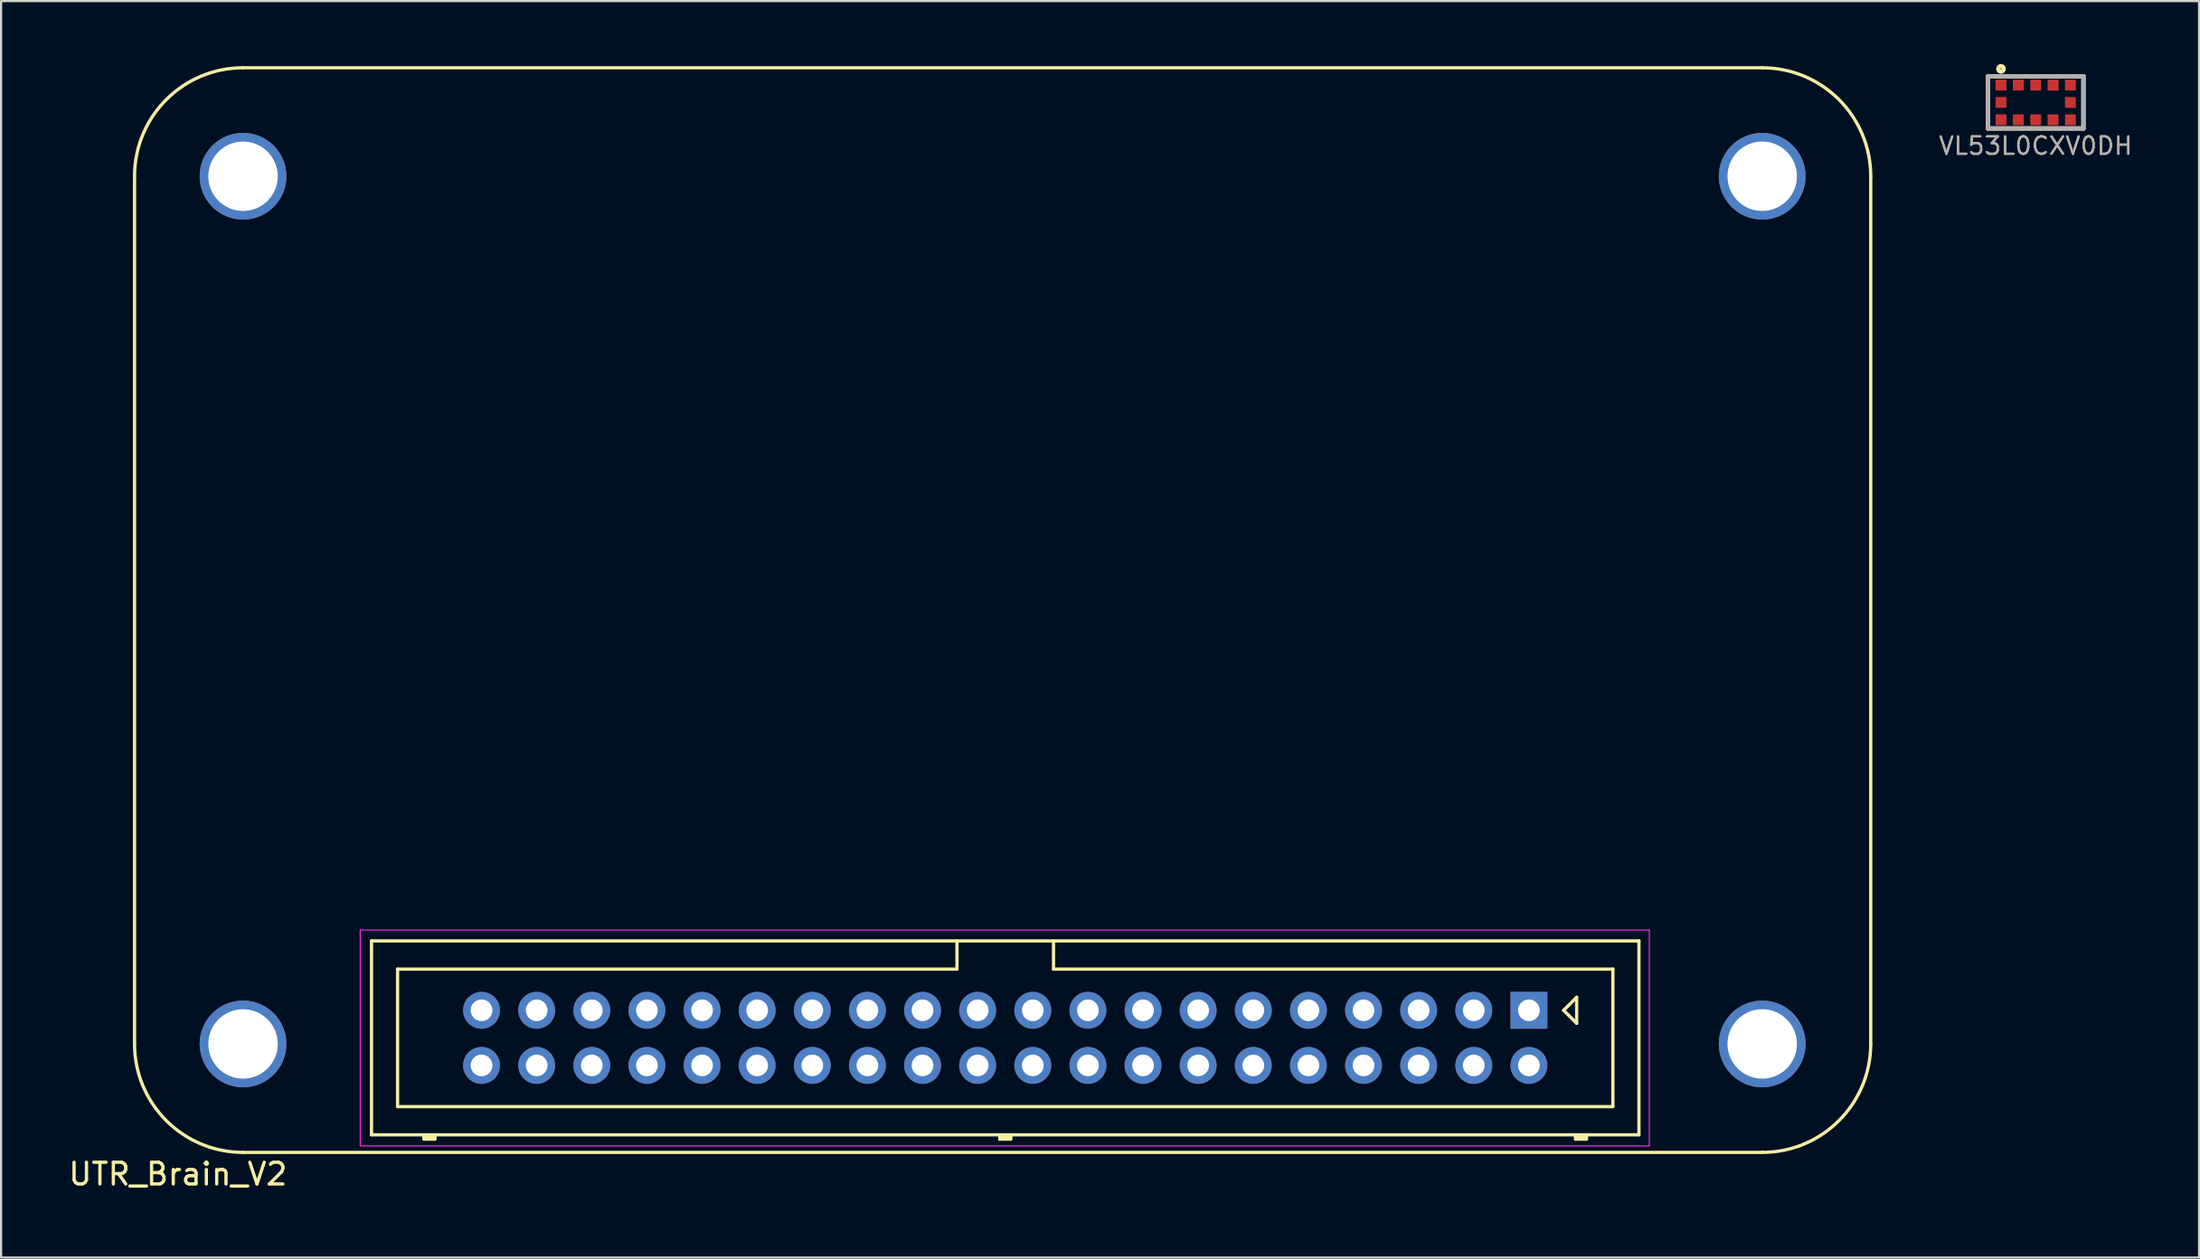
<source format=kicad_pcb>
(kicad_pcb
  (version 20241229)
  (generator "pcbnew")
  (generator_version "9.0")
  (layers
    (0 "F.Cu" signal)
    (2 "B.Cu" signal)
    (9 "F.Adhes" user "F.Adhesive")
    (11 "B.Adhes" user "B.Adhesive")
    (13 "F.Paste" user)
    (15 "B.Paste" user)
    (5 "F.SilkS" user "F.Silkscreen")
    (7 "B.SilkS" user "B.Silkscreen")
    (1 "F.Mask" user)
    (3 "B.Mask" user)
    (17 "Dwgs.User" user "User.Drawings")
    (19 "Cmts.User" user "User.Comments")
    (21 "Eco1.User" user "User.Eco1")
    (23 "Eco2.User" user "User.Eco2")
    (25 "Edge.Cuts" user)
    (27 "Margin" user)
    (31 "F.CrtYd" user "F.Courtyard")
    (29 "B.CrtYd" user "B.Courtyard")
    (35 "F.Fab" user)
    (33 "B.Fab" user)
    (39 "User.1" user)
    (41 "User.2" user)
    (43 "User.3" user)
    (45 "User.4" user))
  (footprint "VL53L0CXV0DH"
    (layer "F.Cu")
    (at 90.751 1.672)
    (property "Reference" "VL53L0CXV0DH" (at 0 2 0) (layer "F.SilkS") (effects (font (size 0.8 0.8) (thickness 0.1))))
    (attr smd)
    (fp_line (start -2.2 -1.2) (end 2.2 -1.2) (stroke (width 0.2) (type solid)) (layer "F.SilkS"))
    (fp_line (start -2.2 1.2) (end -2.2 -1.2) (stroke (width 0.2) (type solid)) (layer "F.SilkS"))
    (fp_line (start 2.2 -1.2) (end 2.2 1.2) (stroke (width 0.2) (type solid)) (layer "F.SilkS"))
    (fp_line (start 2.2 1.2) (end -2.2 1.2) (stroke (width 0.2) (type solid)) (layer "F.SilkS"))
    (fp_circle (center -1.599 -1.548) (end -1.599 -1.524) (stroke (width 0.2) (type solid)) (fill no) (layer "F.SilkS"))
    (fp_line (start -2.2 -1.2) (end 2.2 -1.2) (stroke (width 0.2) (type solid)) (layer "F.Fab"))
    (fp_line (start -2.2 1.2) (end -2.2 -1.2) (stroke (width 0.2) (type solid)) (layer "F.Fab"))
    (fp_line (start 2.2 -1.2) (end 2.2 1.2) (stroke (width 0.2) (type solid)) (layer "F.Fab"))
    (fp_line (start 2.2 1.2) (end -2.2 1.2) (stroke (width 0.2) (type solid)) (layer "F.Fab"))
    (fp_text user "${REFERENCE}" (at 0 2 0) (layer "F.Fab") (effects (font (size 0.8 0.8) (thickness 0.1))))
    (pad "1" smd rect (at -1.6 -0.8 90) (size 0.5 0.5) (layers "F.Cu" "F.Mask" "F.Paste"))
    (pad "2" smd rect (at -0.8 -0.8 90) (size 0.5 0.5) (layers "F.Cu" "F.Mask" "F.Paste"))
    (pad "3" smd rect (at 0 -0.8 90) (size 0.5 0.5) (layers "F.Cu" "F.Mask" "F.Paste"))
    (pad "4" smd rect (at 0.8 -0.8 90) (size 0.5 0.5) (layers "F.Cu" "F.Mask" "F.Paste"))
    (pad "5" smd rect (at 1.6 -0.8 90) (size 0.5 0.5) (layers "F.Cu" "F.Mask" "F.Paste"))
    (pad "6" smd rect (at 1.6 0 90) (size 0.5 0.5) (layers "F.Cu" "F.Mask" "F.Paste"))
    (pad "7" smd rect (at 1.6 0.8 90) (size 0.5 0.5) (layers "F.Cu" "F.Mask" "F.Paste"))
    (pad "8" smd rect (at 0.8 0.8 90) (size 0.5 0.5) (layers "F.Cu" "F.Mask" "F.Paste"))
    (pad "9" smd rect (at 0 0.8 90) (size 0.5 0.5) (layers "F.Cu" "F.Mask" "F.Paste"))
    (pad "10" smd rect (at -0.8 0.8 90) (size 0.5 0.5) (layers "F.Cu" "F.Mask" "F.Paste"))
    (pad "11" smd rect (at -1.6 0.8 90) (size 0.5 0.5) (layers "F.Cu" "F.Mask" "F.Paste"))
    (pad "12" smd rect (at -1.6 0 90) (size 0.5 0.5) (layers "F.Cu" "F.Mask" "F.Paste")))
  (footprint "UTR_Brain_V2"
    (layer "F.Cu")
    (at 43.149 25.075)
    (property "Reference" "UTR_Brain_V2" (at -38 26 180) (layer "F.SilkS") (effects (font (size 1 1) (thickness 0.15))))
    (attr through_hole)
    (fp_line (start -40 -20) (end -40 20) (stroke (width 0.15) (type solid)) (layer "F.SilkS"))
    (fp_line (start -35 -25) (end 35 -25) (stroke (width 0.15) (type solid)) (layer "F.SilkS"))
    (fp_line (start -29.08 15.25) (end 29.32 15.25) (stroke (width 0.15) (type solid)) (layer "F.SilkS"))
    (fp_line (start -29.08 24.19) (end -29.08 15.25) (stroke (width 0.15) (type solid)) (layer "F.SilkS"))
    (fp_line (start -27.88 16.55) (end -2.105 16.55) (stroke (width 0.15) (type solid)) (layer "F.SilkS"))
    (fp_line (start -27.88 22.89) (end -27.88 16.55) (stroke (width 0.15) (type solid)) (layer "F.SilkS"))
    (fp_line (start -26.66 24.39) (end -26.66 24.19) (stroke (width 0.15) (type solid)) (layer "F.SilkS"))
    (fp_line (start -26.16 24.19) (end -26.16 24.39) (stroke (width 0.15) (type solid)) (layer "F.SilkS"))
    (fp_line (start -26.16 24.29) (end -26.66 24.29) (stroke (width 0.15) (type solid)) (layer "F.SilkS"))
    (fp_line (start -26.16 24.39) (end -26.66 24.39) (stroke (width 0.15) (type solid)) (layer "F.SilkS"))
    (fp_line (start -2.105 16.55) (end -2.105 15.25) (stroke (width 0.15) (type solid)) (layer "F.SilkS"))
    (fp_line (start -0.13 24.39) (end -0.13 24.19) (stroke (width 0.15) (type solid)) (layer "F.SilkS"))
    (fp_line (start 0.37 24.19) (end 0.37 24.39) (stroke (width 0.15) (type solid)) (layer "F.SilkS"))
    (fp_line (start 0.37 24.29) (end -0.13 24.29) (stroke (width 0.15) (type solid)) (layer "F.SilkS"))
    (fp_line (start 0.37 24.39) (end -0.13 24.39) (stroke (width 0.15) (type solid)) (layer "F.SilkS"))
    (fp_line (start 2.345 15.25) (end 2.345 16.55) (stroke (width 0.15) (type solid)) (layer "F.SilkS"))
    (fp_line (start 2.345 16.55) (end 28.12 16.55) (stroke (width 0.15) (type solid)) (layer "F.SilkS"))
    (fp_line (start 25.85 18.45) (end 26.45 17.85) (stroke (width 0.15) (type solid)) (layer "F.SilkS"))
    (fp_line (start 26.4 24.39) (end 26.4 24.19) (stroke (width 0.15) (type solid)) (layer "F.SilkS"))
    (fp_line (start 26.45 17.85) (end 26.45 19.05) (stroke (width 0.15) (type solid)) (layer "F.SilkS"))
    (fp_line (start 26.45 19.05) (end 25.85 18.45) (stroke (width 0.15) (type solid)) (layer "F.SilkS"))
    (fp_line (start 26.9 24.19) (end 26.9 24.39) (stroke (width 0.15) (type solid)) (layer "F.SilkS"))
    (fp_line (start 26.9 24.29) (end 26.4 24.29) (stroke (width 0.15) (type solid)) (layer "F.SilkS"))
    (fp_line (start 26.9 24.39) (end 26.4 24.39) (stroke (width 0.15) (type solid)) (layer "F.SilkS"))
    (fp_line (start 28.12 16.55) (end 28.12 22.89) (stroke (width 0.15) (type solid)) (layer "F.SilkS"))
    (fp_line (start 28.12 22.89) (end -27.88 22.89) (stroke (width 0.15) (type solid)) (layer "F.SilkS"))
    (fp_line (start 29.32 15.25) (end 29.32 24.19) (stroke (width 0.15) (type solid)) (layer "F.SilkS"))
    (fp_line (start 29.32 24.19) (end -29.08 24.19) (stroke (width 0.15) (type solid)) (layer "F.SilkS"))
    (fp_line (start 35 25) (end -35 25) (stroke (width 0.15) (type solid)) (layer "F.SilkS"))
    (fp_line (start 40 20) (end 40 -20) (stroke (width 0.15) (type solid)) (layer "F.SilkS"))
    (fp_arc (start -40 -20) (mid -38.535534 -23.535534) (end -35 -25) (stroke (width 0.15) (type solid)) (layer "F.SilkS"))
    (fp_arc (start -35 25) (mid -38.535534 23.535534) (end -40 20) (stroke (width 0.15) (type solid)) (layer "F.SilkS"))
    (fp_arc (start 35 -25) (mid 38.535534 -23.535534) (end 40 -20) (stroke (width 0.15) (type solid)) (layer "F.SilkS"))
    (fp_arc (start 40 20) (mid 38.535534 23.535534) (end 35 25) (stroke (width 0.15) (type solid)) (layer "F.SilkS"))
    (fp_line (start -29.6 14.75) (end 29.8 14.75) (stroke (width 0.05) (type solid)) (layer "F.CrtYd"))
    (fp_line (start -29.6 24.7) (end -29.6 14.75) (stroke (width 0.05) (type solid)) (layer "F.CrtYd"))
    (fp_line (start 29.8 14.75) (end 29.8 24.7) (stroke (width 0.05) (type solid)) (layer "F.CrtYd"))
    (fp_line (start 29.8 24.7) (end -29.6 24.7) (stroke (width 0.05) (type solid)) (layer "F.CrtYd"))
    (pad "0" thru_hole circle (at -35 -20) (size 4 4) (drill 3.2) (layers "*.Cu" "*.Mask"))
    (pad "0" thru_hole circle (at -35 20) (size 4 4) (drill 3.2) (layers "*.Cu" "*.Mask"))
    (pad "0" thru_hole circle (at 35 -20) (size 4 4) (drill 3.2) (layers "*.Cu" "*.Mask"))
    (pad "0" thru_hole circle (at 35 20) (size 4 4) (drill 3.2) (layers "*.Cu" "*.Mask"))
    (pad "1" thru_hole rect (at 24.25 18.45 180) (size 1.7 1.7) (drill 1) (layers "*.Cu" "*.Mask"))
    (pad "2" thru_hole circle (at 24.25 20.99 180) (size 1.7 1.7) (drill 1) (layers "*.Cu" "*.Mask"))
    (pad "3" thru_hole circle (at 21.71 18.45 180) (size 1.7 1.7) (drill 1) (layers "*.Cu" "*.Mask"))
    (pad "4" thru_hole circle (at 21.71 20.99 180) (size 1.7 1.7) (drill 1) (layers "*.Cu" "*.Mask"))
    (pad "5" thru_hole circle (at 19.17 18.45 180) (size 1.7 1.7) (drill 1) (layers "*.Cu" "*.Mask"))
    (pad "6" thru_hole circle (at 19.17 20.99 180) (size 1.7 1.7) (drill 1) (layers "*.Cu" "*.Mask"))
    (pad "7" thru_hole circle (at 16.63 18.45 180) (size 1.7 1.7) (drill 1) (layers "*.Cu" "*.Mask"))
    (pad "8" thru_hole circle (at 16.63 20.99 180) (size 1.7 1.7) (drill 1) (layers "*.Cu" "*.Mask"))
    (pad "9" thru_hole circle (at 14.09 18.45 180) (size 1.7 1.7) (drill 1) (layers "*.Cu" "*.Mask"))
    (pad "10" thru_hole circle (at 14.09 20.99 180) (size 1.7 1.7) (drill 1) (layers "*.Cu" "*.Mask"))
    (pad "11" thru_hole circle (at 11.55 18.45 180) (size 1.7 1.7) (drill 1) (layers "*.Cu" "*.Mask"))
    (pad "12" thru_hole circle (at 11.55 20.99 180) (size 1.7 1.7) (drill 1) (layers "*.Cu" "*.Mask"))
    (pad "13" thru_hole circle (at 9.01 18.45 180) (size 1.7 1.7) (drill 1) (layers "*.Cu" "*.Mask"))
    (pad "14" thru_hole circle (at 9.01 20.99 180) (size 1.7 1.7) (drill 1) (layers "*.Cu" "*.Mask"))
    (pad "15" thru_hole circle (at 6.47 18.45 180) (size 1.7 1.7) (drill 1) (layers "*.Cu" "*.Mask"))
    (pad "16" thru_hole circle (at 6.47 20.99 180) (size 1.7 1.7) (drill 1) (layers "*.Cu" "*.Mask"))
    (pad "17" thru_hole circle (at 3.93 18.45 180) (size 1.7 1.7) (drill 1) (layers "*.Cu" "*.Mask"))
    (pad "18" thru_hole circle (at 3.93 20.99 180) (size 1.7 1.7) (drill 1) (layers "*.Cu" "*.Mask"))
    (pad "19" thru_hole circle (at 1.39 18.45 180) (size 1.7 1.7) (drill 1) (layers "*.Cu" "*.Mask"))
    (pad "20" thru_hole circle (at 1.39 20.99 180) (size 1.7 1.7) (drill 1) (layers "*.Cu" "*.Mask"))
    (pad "21" thru_hole circle (at -1.15 18.45 180) (size 1.7 1.7) (drill 1) (layers "*.Cu" "*.Mask"))
    (pad "22" thru_hole circle (at -1.15 20.99 180) (size 1.7 1.7) (drill 1) (layers "*.Cu" "*.Mask"))
    (pad "23" thru_hole circle (at -3.69 18.45 180) (size 1.7 1.7) (drill 1) (layers "*.Cu" "*.Mask"))
    (pad "24" thru_hole circle (at -3.69 20.99 180) (size 1.7 1.7) (drill 1) (layers "*.Cu" "*.Mask"))
    (pad "25" thru_hole circle (at -6.23 18.45 180) (size 1.7 1.7) (drill 1) (layers "*.Cu" "*.Mask"))
    (pad "26" thru_hole circle (at -6.23 20.99 180) (size 1.7 1.7) (drill 1) (layers "*.Cu" "*.Mask"))
    (pad "27" thru_hole circle (at -8.77 18.45 180) (size 1.7 1.7) (drill 1) (layers "*.Cu" "*.Mask"))
    (pad "28" thru_hole circle (at -8.77 20.99 180) (size 1.7 1.7) (drill 1) (layers "*.Cu" "*.Mask"))
    (pad "29" thru_hole circle (at -11.31 18.45 180) (size 1.7 1.7) (drill 1) (layers "*.Cu" "*.Mask"))
    (pad "30" thru_hole circle (at -11.31 20.99 180) (size 1.7 1.7) (drill 1) (layers "*.Cu" "*.Mask"))
    (pad "31" thru_hole circle (at -13.85 18.45 180) (size 1.7 1.7) (drill 1) (layers "*.Cu" "*.Mask"))
    (pad "32" thru_hole circle (at -13.85 20.99 180) (size 1.7 1.7) (drill 1) (layers "*.Cu" "*.Mask"))
    (pad "33" thru_hole circle (at -16.39 18.45 180) (size 1.7 1.7) (drill 1) (layers "*.Cu" "*.Mask"))
    (pad "34" thru_hole circle (at -16.39 20.99 180) (size 1.7 1.7) (drill 1) (layers "*.Cu" "*.Mask"))
    (pad "35" thru_hole circle (at -18.93 18.45 180) (size 1.7 1.7) (drill 1) (layers "*.Cu" "*.Mask"))
    (pad "36" thru_hole circle (at -18.93 20.99 180) (size 1.7 1.7) (drill 1) (layers "*.Cu" "*.Mask"))
    (pad "37" thru_hole circle (at -21.47 18.45 180) (size 1.7 1.7) (drill 1) (layers "*.Cu" "*.Mask"))
    (pad "38" thru_hole circle (at -21.47 20.99 180) (size 1.7 1.7) (drill 1) (layers "*.Cu" "*.Mask"))
    (pad "39" thru_hole circle (at -24.01 18.45 180) (size 1.7 1.7) (drill 1) (layers "*.Cu" "*.Mask"))
    (pad "40" thru_hole circle (at -24.01 20.99 180) (size 1.7 1.7) (drill 1) (layers "*.Cu" "*.Mask")))
  (gr_rect
    (start -3 -3)
    (end 98.278 54.923)
    (stroke (width 0.1) (type default))
    (fill no)
    (layer "Edge.Cuts")))
</source>
